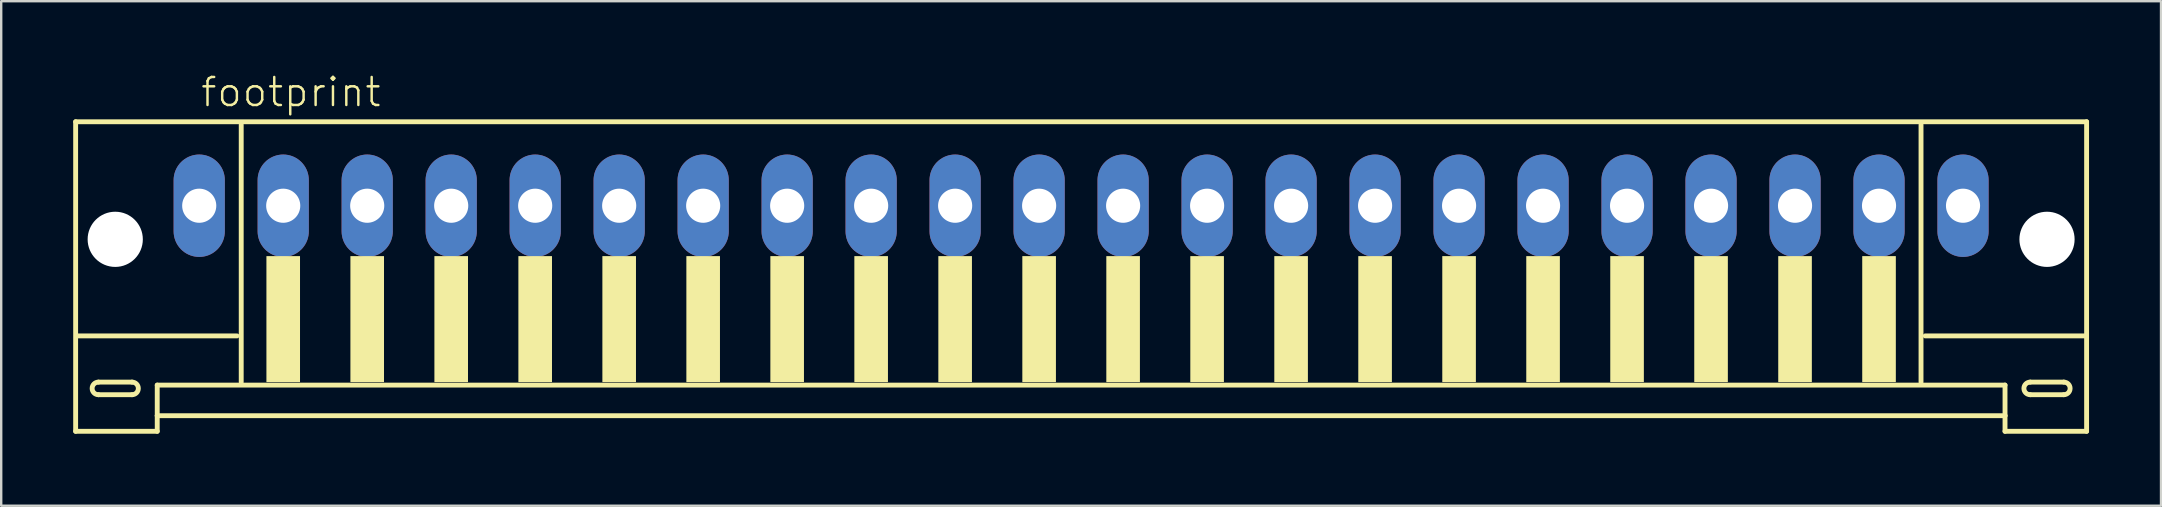
<source format=kicad_pcb>
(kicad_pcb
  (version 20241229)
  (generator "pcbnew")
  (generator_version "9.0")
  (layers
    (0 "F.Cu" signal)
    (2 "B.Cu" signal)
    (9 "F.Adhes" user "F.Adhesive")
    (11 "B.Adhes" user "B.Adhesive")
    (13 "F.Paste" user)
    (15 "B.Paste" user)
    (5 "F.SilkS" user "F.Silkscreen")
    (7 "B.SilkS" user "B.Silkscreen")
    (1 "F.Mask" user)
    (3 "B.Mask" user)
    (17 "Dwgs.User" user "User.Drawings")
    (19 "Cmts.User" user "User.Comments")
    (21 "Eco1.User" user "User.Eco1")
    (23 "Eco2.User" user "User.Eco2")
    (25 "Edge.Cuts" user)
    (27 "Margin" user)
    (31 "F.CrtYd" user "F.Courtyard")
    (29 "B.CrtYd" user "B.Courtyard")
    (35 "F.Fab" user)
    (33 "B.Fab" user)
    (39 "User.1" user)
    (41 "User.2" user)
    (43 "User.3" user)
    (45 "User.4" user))
  (footprint "footprint"
    (layer "F.Cu")
    (at 42.002 7.273)
    (property "Reference" "footprint" (at -36.75 -5.8 0) (layer "F.SilkS") (effects (font (size 1.168 1.168) (thickness 0.102)) (justify left bottom)))
    (fp_line (start -41.9 -5.25) (end -41.9 7.65) (stroke (width 0.203) (type solid)) (layer "F.SilkS"))
    (fp_line (start -41.9 7.65) (end -38.5 7.65) (stroke (width 0.203) (type solid)) (layer "F.SilkS"))
    (fp_line (start -40.95 5.6) (end -39.55 5.6) (stroke (width 0.203) (type solid)) (layer "F.SilkS"))
    (fp_line (start -39.55 6.125) (end -40.95 6.125) (stroke (width 0.203) (type solid)) (layer "F.SilkS"))
    (fp_line (start -38.5 5.725) (end 38.5 5.725) (stroke (width 0.203) (type solid)) (layer "F.SilkS"))
    (fp_line (start -38.5 7) (end -38.5 5.725) (stroke (width 0.203) (type solid)) (layer "F.SilkS"))
    (fp_line (start -38.5 7) (end 38.5 7) (stroke (width 0.203) (type solid)) (layer "F.SilkS"))
    (fp_line (start -38.5 7.65) (end -38.5 7) (stroke (width 0.203) (type solid)) (layer "F.SilkS"))
    (fp_line (start -35.175 3.675) (end -41.825 3.675) (stroke (width 0.203) (type solid)) (layer "F.SilkS"))
    (fp_line (start -35 -5.125) (end -35 5.6) (stroke (width 0.203) (type solid)) (layer "F.SilkS"))
    (fp_line (start 35 5.6) (end 35 -5.125) (stroke (width 0.203) (type solid)) (layer "F.SilkS"))
    (fp_line (start 38.5 5.725) (end 38.5 7) (stroke (width 0.203) (type solid)) (layer "F.SilkS"))
    (fp_line (start 38.5 7) (end 38.5 7.65) (stroke (width 0.203) (type solid)) (layer "F.SilkS"))
    (fp_line (start 38.5 7.65) (end 41.9 7.65) (stroke (width 0.203) (type solid)) (layer "F.SilkS"))
    (fp_line (start 39.55 5.6) (end 40.95 5.6) (stroke (width 0.203) (type solid)) (layer "F.SilkS"))
    (fp_line (start 40.95 6.125) (end 39.55 6.125) (stroke (width 0.203) (type solid)) (layer "F.SilkS"))
    (fp_line (start 41.825 3.675) (end 35.175 3.675) (stroke (width 0.203) (type solid)) (layer "F.SilkS"))
    (fp_line (start 41.9 -5.25) (end -41.9 -5.25) (stroke (width 0.203) (type solid)) (layer "F.SilkS"))
    (fp_line (start 41.9 7.65) (end 41.9 -5.25) (stroke (width 0.203) (type solid)) (layer "F.SilkS"))
    (fp_arc (start -40.95 6.125) (mid -41.2125 5.8625) (end -40.95 5.6) (stroke (width 0.2032) (type solid)) (layer "F.SilkS"))
    (fp_arc (start -39.55 5.6) (mid -39.2875 5.8625) (end -39.55 6.125) (stroke (width 0.2032) (type solid)) (layer "F.SilkS"))
    (fp_arc (start 39.55 6.125) (mid 39.2875 5.8625) (end 39.55 5.6) (stroke (width 0.2032) (type solid)) (layer "F.SilkS"))
    (fp_arc (start 40.95 5.6) (mid 41.2125 5.8625) (end 40.95 6.125) (stroke (width 0.2032) (type solid)) (layer "F.SilkS"))
    (fp_poly (pts (xy -33.95 5.6) (xy -32.55 5.6) (xy -32.55 0.35) (xy -33.95 0.35)) (stroke (width 0) (type solid)) (fill yes) (layer "F.SilkS"))
    (fp_poly (pts (xy -30.45 5.6) (xy -29.05 5.6) (xy -29.05 0.35) (xy -30.45 0.35)) (stroke (width 0) (type solid)) (fill yes) (layer "F.SilkS"))
    (fp_poly (pts (xy -26.95 5.6) (xy -25.55 5.6) (xy -25.55 0.35) (xy -26.95 0.35)) (stroke (width 0) (type solid)) (fill yes) (layer "F.SilkS"))
    (fp_poly (pts (xy -23.45 5.6) (xy -22.05 5.6) (xy -22.05 0.35) (xy -23.45 0.35)) (stroke (width 0) (type solid)) (fill yes) (layer "F.SilkS"))
    (fp_poly (pts (xy -19.95 5.6) (xy -18.55 5.6) (xy -18.55 0.35) (xy -19.95 0.35)) (stroke (width 0) (type solid)) (fill yes) (layer "F.SilkS"))
    (fp_poly (pts (xy -16.45 5.6) (xy -15.05 5.6) (xy -15.05 0.35) (xy -16.45 0.35)) (stroke (width 0) (type solid)) (fill yes) (layer "F.SilkS"))
    (fp_poly (pts (xy -12.95 5.6) (xy -11.55 5.6) (xy -11.55 0.35) (xy -12.95 0.35)) (stroke (width 0) (type solid)) (fill yes) (layer "F.SilkS"))
    (fp_poly (pts (xy -9.45 5.6) (xy -8.05 5.6) (xy -8.05 0.35) (xy -9.45 0.35)) (stroke (width 0) (type solid)) (fill yes) (layer "F.SilkS"))
    (fp_poly (pts (xy -5.95 5.6) (xy -4.55 5.6) (xy -4.55 0.35) (xy -5.95 0.35)) (stroke (width 0) (type solid)) (fill yes) (layer "F.SilkS"))
    (fp_poly (pts (xy -2.45 5.6) (xy -1.05 5.6) (xy -1.05 0.35) (xy -2.45 0.35)) (stroke (width 0) (type solid)) (fill yes) (layer "F.SilkS"))
    (fp_poly (pts (xy 1.05 5.6) (xy 2.45 5.6) (xy 2.45 0.35) (xy 1.05 0.35)) (stroke (width 0) (type solid)) (fill yes) (layer "F.SilkS"))
    (fp_poly (pts (xy 4.55 5.6) (xy 5.95 5.6) (xy 5.95 0.35) (xy 4.55 0.35)) (stroke (width 0) (type solid)) (fill yes) (layer "F.SilkS"))
    (fp_poly (pts (xy 8.05 5.6) (xy 9.45 5.6) (xy 9.45 0.35) (xy 8.05 0.35)) (stroke (width 0) (type solid)) (fill yes) (layer "F.SilkS"))
    (fp_poly (pts (xy 11.55 5.6) (xy 12.95 5.6) (xy 12.95 0.35) (xy 11.55 0.35)) (stroke (width 0) (type solid)) (fill yes) (layer "F.SilkS"))
    (fp_poly (pts (xy 15.05 5.6) (xy 16.45 5.6) (xy 16.45 0.35) (xy 15.05 0.35)) (stroke (width 0) (type solid)) (fill yes) (layer "F.SilkS"))
    (fp_poly (pts (xy 18.55 5.6) (xy 19.95 5.6) (xy 19.95 0.35) (xy 18.55 0.35)) (stroke (width 0) (type solid)) (fill yes) (layer "F.SilkS"))
    (fp_poly (pts (xy 22.05 5.6) (xy 23.45 5.6) (xy 23.45 0.35) (xy 22.05 0.35)) (stroke (width 0) (type solid)) (fill yes) (layer "F.SilkS"))
    (fp_poly (pts (xy 25.55 5.6) (xy 26.95 5.6) (xy 26.95 0.35) (xy 25.55 0.35)) (stroke (width 0) (type solid)) (fill yes) (layer "F.SilkS"))
    (fp_poly (pts (xy 29.05 5.6) (xy 30.45 5.6) (xy 30.45 0.35) (xy 29.05 0.35)) (stroke (width 0) (type solid)) (fill yes) (layer "F.SilkS"))
    (fp_poly (pts (xy 32.55 5.6) (xy 33.95 5.6) (xy 33.95 0.35) (xy 32.55 0.35)) (stroke (width 0) (type solid)) (fill yes) (layer "F.SilkS"))
    (pad "" np_thru_hole circle (at -40.25 -0.35) (size 2.3 2.3) (drill 2.3) (layers "*.Cu" "*.Mask"))
    (pad "" np_thru_hole circle (at 40.25 -0.35) (size 2.3 2.3) (drill 2.3) (layers "*.Cu" "*.Mask"))
    (pad "1" thru_hole oval (at -36.75 -1.75 90) (size 4.267 2.134) (drill 1.422) (layers "*.Cu" "*.Mask"))
    (pad "2" thru_hole oval (at -33.25 -1.75 90) (size 4.267 2.134) (drill 1.422) (layers "*.Cu" "*.Mask"))
    (pad "3" thru_hole oval (at -29.75 -1.75 90) (size 4.267 2.134) (drill 1.422) (layers "*.Cu" "*.Mask"))
    (pad "4" thru_hole oval (at -26.25 -1.75 90) (size 4.267 2.134) (drill 1.422) (layers "*.Cu" "*.Mask"))
    (pad "5" thru_hole oval (at -22.75 -1.75 90) (size 4.267 2.134) (drill 1.422) (layers "*.Cu" "*.Mask"))
    (pad "6" thru_hole oval (at -19.25 -1.75 90) (size 4.267 2.134) (drill 1.422) (layers "*.Cu" "*.Mask"))
    (pad "7" thru_hole oval (at -15.75 -1.75 90) (size 4.267 2.134) (drill 1.422) (layers "*.Cu" "*.Mask"))
    (pad "8" thru_hole oval (at -12.25 -1.75 90) (size 4.267 2.134) (drill 1.422) (layers "*.Cu" "*.Mask"))
    (pad "9" thru_hole oval (at -8.75 -1.75 90) (size 4.267 2.134) (drill 1.422) (layers "*.Cu" "*.Mask"))
    (pad "10" thru_hole oval (at -5.25 -1.75 90) (size 4.267 2.134) (drill 1.422) (layers "*.Cu" "*.Mask"))
    (pad "11" thru_hole oval (at -1.75 -1.75 90) (size 4.267 2.134) (drill 1.422) (layers "*.Cu" "*.Mask"))
    (pad "12" thru_hole oval (at 1.75 -1.75 90) (size 4.267 2.134) (drill 1.422) (layers "*.Cu" "*.Mask"))
    (pad "13" thru_hole oval (at 5.25 -1.75 90) (size 4.267 2.134) (drill 1.422) (layers "*.Cu" "*.Mask"))
    (pad "14" thru_hole oval (at 8.75 -1.75 90) (size 4.267 2.134) (drill 1.422) (layers "*.Cu" "*.Mask"))
    (pad "15" thru_hole oval (at 12.25 -1.75 90) (size 4.267 2.134) (drill 1.422) (layers "*.Cu" "*.Mask"))
    (pad "16" thru_hole oval (at 15.75 -1.75 90) (size 4.267 2.134) (drill 1.422) (layers "*.Cu" "*.Mask"))
    (pad "17" thru_hole oval (at 19.25 -1.75 90) (size 4.267 2.134) (drill 1.422) (layers "*.Cu" "*.Mask"))
    (pad "18" thru_hole oval (at 22.75 -1.75 90) (size 4.267 2.134) (drill 1.422) (layers "*.Cu" "*.Mask"))
    (pad "19" thru_hole oval (at 26.25 -1.75 90) (size 4.267 2.134) (drill 1.422) (layers "*.Cu" "*.Mask"))
    (pad "20" thru_hole oval (at 29.75 -1.75 90) (size 4.267 2.134) (drill 1.422) (layers "*.Cu" "*.Mask"))
    (pad "21" thru_hole oval (at 33.25 -1.75 90) (size 4.267 2.134) (drill 1.422) (layers "*.Cu" "*.Mask"))
    (pad "22" thru_hole oval (at 36.75 -1.75 90) (size 4.267 2.134) (drill 1.422) (layers "*.Cu" "*.Mask")))
  (gr_rect
    (start -3 -3)
    (end 87.003 18.025)
    (stroke (width 0.1) (type default))
    (fill no)
    (layer "Edge.Cuts")))
</source>
